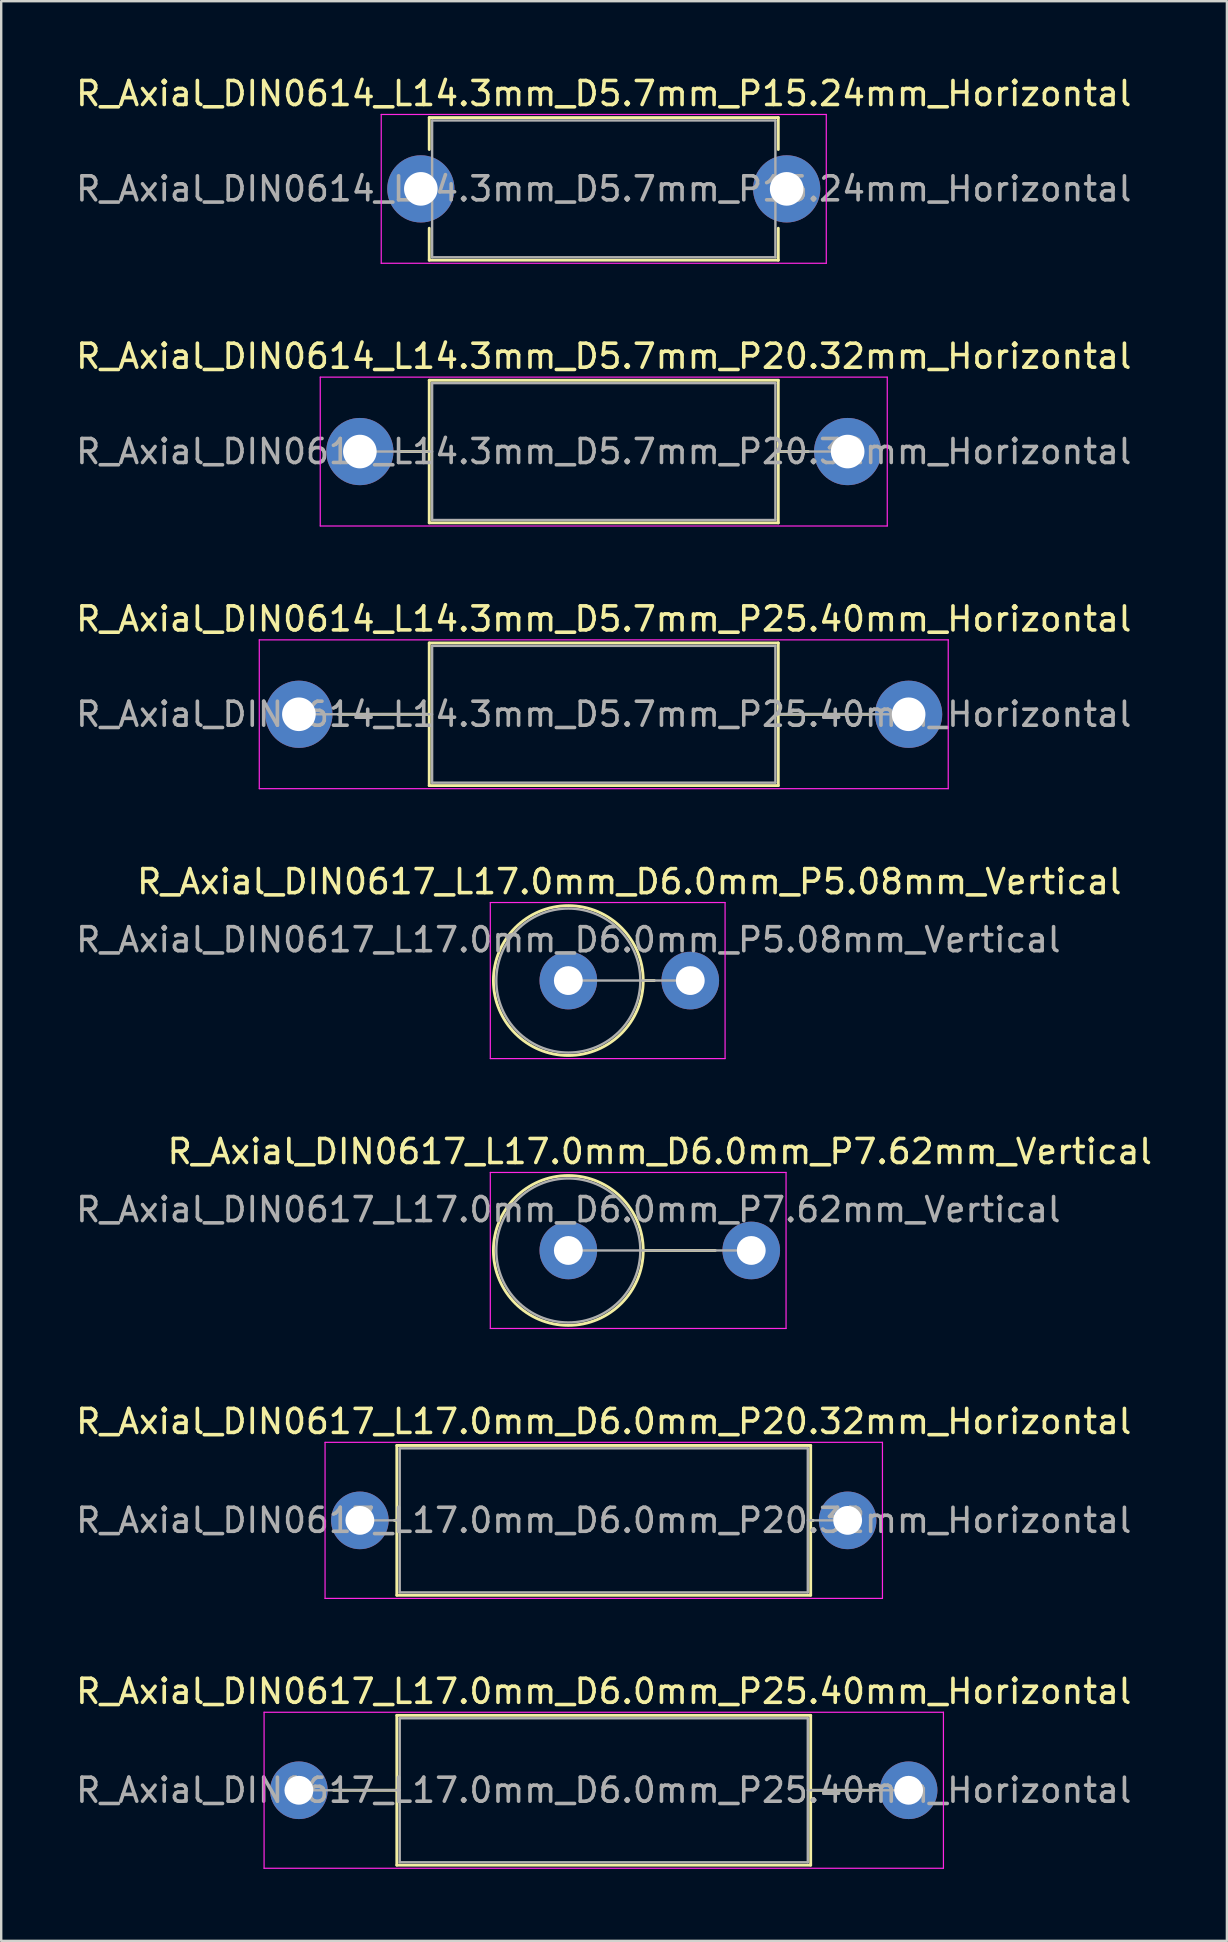
<source format=kicad_pcb>
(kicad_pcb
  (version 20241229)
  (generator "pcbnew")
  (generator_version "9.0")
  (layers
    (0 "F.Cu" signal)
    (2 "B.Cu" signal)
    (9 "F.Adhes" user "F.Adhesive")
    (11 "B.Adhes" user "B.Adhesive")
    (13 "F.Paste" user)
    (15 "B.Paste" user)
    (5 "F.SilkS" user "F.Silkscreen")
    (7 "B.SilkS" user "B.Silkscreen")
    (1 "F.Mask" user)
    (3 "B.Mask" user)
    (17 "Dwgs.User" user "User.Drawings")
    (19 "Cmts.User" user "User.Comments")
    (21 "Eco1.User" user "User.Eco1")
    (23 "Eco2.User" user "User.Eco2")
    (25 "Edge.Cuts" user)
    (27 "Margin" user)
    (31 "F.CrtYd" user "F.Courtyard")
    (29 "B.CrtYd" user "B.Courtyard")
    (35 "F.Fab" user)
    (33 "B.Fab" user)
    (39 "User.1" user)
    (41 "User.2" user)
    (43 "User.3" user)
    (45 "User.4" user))
  (footprint "R_Axial_DIN0614_L14.3mm_D5.7mm_P15.24mm_Horizontal"
    (layer "F.Cu")
    (at 14.481 4.818)
    (property "Reference" "R_Axial_DIN0614_L14.3mm_D5.7mm_P15.24mm_Horizontal" (at 7.62 -3.97 0) (layer "F.SilkS") (effects (font (size 1 1) (thickness 0.15))))
    (attr through_hole)
    (fp_line (start 0.35 -2.97) (end 14.89 -2.97) (stroke (width 0.12) (type solid)) (layer "F.SilkS"))
    (fp_line (start 0.35 -1.64) (end 0.35 -2.97) (stroke (width 0.12) (type solid)) (layer "F.SilkS"))
    (fp_line (start 0.35 1.64) (end 0.35 2.97) (stroke (width 0.12) (type solid)) (layer "F.SilkS"))
    (fp_line (start 0.35 2.97) (end 14.89 2.97) (stroke (width 0.12) (type solid)) (layer "F.SilkS"))
    (fp_line (start 14.89 -2.97) (end 14.89 -1.64) (stroke (width 0.12) (type solid)) (layer "F.SilkS"))
    (fp_line (start 14.89 2.97) (end 14.89 1.64) (stroke (width 0.12) (type solid)) (layer "F.SilkS"))
    (fp_line (start -1.65 -3.1) (end -1.65 3.1) (stroke (width 0.05) (type solid)) (layer "F.CrtYd"))
    (fp_line (start -1.65 3.1) (end 16.89 3.1) (stroke (width 0.05) (type solid)) (layer "F.CrtYd"))
    (fp_line (start 16.89 -3.1) (end -1.65 -3.1) (stroke (width 0.05) (type solid)) (layer "F.CrtYd"))
    (fp_line (start 16.89 3.1) (end 16.89 -3.1) (stroke (width 0.05) (type solid)) (layer "F.CrtYd"))
    (fp_line (start 0 0) (end 0.47 0) (stroke (width 0.1) (type solid)) (layer "F.Fab"))
    (fp_line (start 0.47 -2.85) (end 0.47 2.85) (stroke (width 0.1) (type solid)) (layer "F.Fab"))
    (fp_line (start 0.47 2.85) (end 14.77 2.85) (stroke (width 0.1) (type solid)) (layer "F.Fab"))
    (fp_line (start 14.77 -2.85) (end 0.47 -2.85) (stroke (width 0.1) (type solid)) (layer "F.Fab"))
    (fp_line (start 14.77 2.85) (end 14.77 -2.85) (stroke (width 0.1) (type solid)) (layer "F.Fab"))
    (fp_line (start 15.24 0) (end 14.77 0) (stroke (width 0.1) (type solid)) (layer "F.Fab"))
    (fp_text user "${REFERENCE}" (at 7.62 0 0) (layer "F.Fab") (effects (font (size 1 1) (thickness 0.15))))
    (pad "1" thru_hole circle (at 0 0) (size 2.8 2.8) (drill 1.4) (layers "*.Cu" "*.Mask"))
    (pad "2" thru_hole oval (at 15.24 0) (size 2.8 2.8) (drill 1.4) (layers "*.Cu" "*.Mask")))
  (footprint "R_Axial_DIN0614_L14.3mm_D5.7mm_P20.32mm_Horizontal"
    (layer "F.Cu")
    (at 11.941 15.761)
    (property "Reference" "R_Axial_DIN0614_L14.3mm_D5.7mm_P20.32mm_Horizontal" (at 10.16 -3.97 0) (layer "F.SilkS") (effects (font (size 1 1) (thickness 0.15))))
    (attr through_hole)
    (fp_line (start 1.64 0) (end 2.89 0) (stroke (width 0.12) (type solid)) (layer "F.SilkS"))
    (fp_line (start 2.89 -2.97) (end 2.89 2.97) (stroke (width 0.12) (type solid)) (layer "F.SilkS"))
    (fp_line (start 2.89 2.97) (end 17.43 2.97) (stroke (width 0.12) (type solid)) (layer "F.SilkS"))
    (fp_line (start 17.43 -2.97) (end 2.89 -2.97) (stroke (width 0.12) (type solid)) (layer "F.SilkS"))
    (fp_line (start 17.43 2.97) (end 17.43 -2.97) (stroke (width 0.12) (type solid)) (layer "F.SilkS"))
    (fp_line (start 18.68 0) (end 17.43 0) (stroke (width 0.12) (type solid)) (layer "F.SilkS"))
    (fp_line (start -1.65 -3.1) (end -1.65 3.1) (stroke (width 0.05) (type solid)) (layer "F.CrtYd"))
    (fp_line (start -1.65 3.1) (end 21.97 3.1) (stroke (width 0.05) (type solid)) (layer "F.CrtYd"))
    (fp_line (start 21.97 -3.1) (end -1.65 -3.1) (stroke (width 0.05) (type solid)) (layer "F.CrtYd"))
    (fp_line (start 21.97 3.1) (end 21.97 -3.1) (stroke (width 0.05) (type solid)) (layer "F.CrtYd"))
    (fp_line (start 0 0) (end 3.01 0) (stroke (width 0.1) (type solid)) (layer "F.Fab"))
    (fp_line (start 3.01 -2.85) (end 3.01 2.85) (stroke (width 0.1) (type solid)) (layer "F.Fab"))
    (fp_line (start 3.01 2.85) (end 17.31 2.85) (stroke (width 0.1) (type solid)) (layer "F.Fab"))
    (fp_line (start 17.31 -2.85) (end 3.01 -2.85) (stroke (width 0.1) (type solid)) (layer "F.Fab"))
    (fp_line (start 17.31 2.85) (end 17.31 -2.85) (stroke (width 0.1) (type solid)) (layer "F.Fab"))
    (fp_line (start 20.32 0) (end 17.31 0) (stroke (width 0.1) (type solid)) (layer "F.Fab"))
    (fp_text user "${REFERENCE}" (at 10.16 0 0) (layer "F.Fab") (effects (font (size 1 1) (thickness 0.15))))
    (pad "1" thru_hole circle (at 0 0) (size 2.8 2.8) (drill 1.4) (layers "*.Cu" "*.Mask"))
    (pad "2" thru_hole oval (at 20.32 0) (size 2.8 2.8) (drill 1.4) (layers "*.Cu" "*.Mask")))
  (footprint "R_Axial_DIN0617_L17.0mm_D6.0mm_P20.32mm_Horizontal"
    (layer "F.Cu")
    (at 11.941 60.285)
    (property "Reference" "R_Axial_DIN0617_L17.0mm_D6.0mm_P20.32mm_Horizontal" (at 10.16 -4.12 0) (layer "F.SilkS") (effects (font (size 1 1) (thickness 0.15))))
    (attr through_hole)
    (fp_line (start 1.44 0) (end 1.54 0) (stroke (width 0.12) (type solid)) (layer "F.SilkS"))
    (fp_line (start 1.54 -3.12) (end 1.54 3.12) (stroke (width 0.12) (type solid)) (layer "F.SilkS"))
    (fp_line (start 1.54 3.12) (end 18.78 3.12) (stroke (width 0.12) (type solid)) (layer "F.SilkS"))
    (fp_line (start 18.78 -3.12) (end 1.54 -3.12) (stroke (width 0.12) (type solid)) (layer "F.SilkS"))
    (fp_line (start 18.78 3.12) (end 18.78 -3.12) (stroke (width 0.12) (type solid)) (layer "F.SilkS"))
    (fp_line (start 18.88 0) (end 18.78 0) (stroke (width 0.12) (type solid)) (layer "F.SilkS"))
    (fp_line (start -1.45 -3.25) (end -1.45 3.25) (stroke (width 0.05) (type solid)) (layer "F.CrtYd"))
    (fp_line (start -1.45 3.25) (end 21.77 3.25) (stroke (width 0.05) (type solid)) (layer "F.CrtYd"))
    (fp_line (start 21.77 -3.25) (end -1.45 -3.25) (stroke (width 0.05) (type solid)) (layer "F.CrtYd"))
    (fp_line (start 21.77 3.25) (end 21.77 -3.25) (stroke (width 0.05) (type solid)) (layer "F.CrtYd"))
    (fp_line (start 0 0) (end 1.66 0) (stroke (width 0.1) (type solid)) (layer "F.Fab"))
    (fp_line (start 1.66 -3) (end 1.66 3) (stroke (width 0.1) (type solid)) (layer "F.Fab"))
    (fp_line (start 1.66 3) (end 18.66 3) (stroke (width 0.1) (type solid)) (layer "F.Fab"))
    (fp_line (start 18.66 -3) (end 1.66 -3) (stroke (width 0.1) (type solid)) (layer "F.Fab"))
    (fp_line (start 18.66 3) (end 18.66 -3) (stroke (width 0.1) (type solid)) (layer "F.Fab"))
    (fp_line (start 20.32 0) (end 18.66 0) (stroke (width 0.1) (type solid)) (layer "F.Fab"))
    (fp_text user "${REFERENCE}" (at 10.16 0 0) (layer "F.Fab") (effects (font (size 1 1) (thickness 0.15))))
    (pad "1" thru_hole circle (at 0 0) (size 2.4 2.4) (drill 1.2) (layers "*.Cu" "*.Mask"))
    (pad "2" thru_hole oval (at 20.32 0) (size 2.4 2.4) (drill 1.2) (layers "*.Cu" "*.Mask")))
  (footprint "R_Axial_DIN0617_L17.0mm_D6.0mm_P25.40mm_Horizontal"
    (layer "F.Cu")
    (at 9.401 71.528)
    (property "Reference" "R_Axial_DIN0617_L17.0mm_D6.0mm_P25.40mm_Horizontal" (at 12.7 -4.12 0) (layer "F.SilkS") (effects (font (size 1 1) (thickness 0.15))))
    (attr through_hole)
    (fp_line (start 1.44 0) (end 4.08 0) (stroke (width 0.12) (type solid)) (layer "F.SilkS"))
    (fp_line (start 4.08 -3.12) (end 4.08 3.12) (stroke (width 0.12) (type solid)) (layer "F.SilkS"))
    (fp_line (start 4.08 3.12) (end 21.32 3.12) (stroke (width 0.12) (type solid)) (layer "F.SilkS"))
    (fp_line (start 21.32 -3.12) (end 4.08 -3.12) (stroke (width 0.12) (type solid)) (layer "F.SilkS"))
    (fp_line (start 21.32 3.12) (end 21.32 -3.12) (stroke (width 0.12) (type solid)) (layer "F.SilkS"))
    (fp_line (start 23.96 0) (end 21.32 0) (stroke (width 0.12) (type solid)) (layer "F.SilkS"))
    (fp_line (start -1.45 -3.25) (end -1.45 3.25) (stroke (width 0.05) (type solid)) (layer "F.CrtYd"))
    (fp_line (start -1.45 3.25) (end 26.85 3.25) (stroke (width 0.05) (type solid)) (layer "F.CrtYd"))
    (fp_line (start 26.85 -3.25) (end -1.45 -3.25) (stroke (width 0.05) (type solid)) (layer "F.CrtYd"))
    (fp_line (start 26.85 3.25) (end 26.85 -3.25) (stroke (width 0.05) (type solid)) (layer "F.CrtYd"))
    (fp_line (start 0 0) (end 4.2 0) (stroke (width 0.1) (type solid)) (layer "F.Fab"))
    (fp_line (start 4.2 -3) (end 4.2 3) (stroke (width 0.1) (type solid)) (layer "F.Fab"))
    (fp_line (start 4.2 3) (end 21.2 3) (stroke (width 0.1) (type solid)) (layer "F.Fab"))
    (fp_line (start 21.2 -3) (end 4.2 -3) (stroke (width 0.1) (type solid)) (layer "F.Fab"))
    (fp_line (start 21.2 3) (end 21.2 -3) (stroke (width 0.1) (type solid)) (layer "F.Fab"))
    (fp_line (start 25.4 0) (end 21.2 0) (stroke (width 0.1) (type solid)) (layer "F.Fab"))
    (fp_text user "${REFERENCE}" (at 12.7 0 0) (layer "F.Fab") (effects (font (size 1 1) (thickness 0.15))))
    (pad "1" thru_hole circle (at 0 0) (size 2.4 2.4) (drill 1.2) (layers "*.Cu" "*.Mask"))
    (pad "2" thru_hole oval (at 25.4 0) (size 2.4 2.4) (drill 1.2) (layers "*.Cu" "*.Mask")))
  (footprint "R_Axial_DIN0617_L17.0mm_D6.0mm_P7.62mm_Vertical"
    (layer "F.Cu")
    (at 20.625 49.041)
    (property "Reference" "R_Axial_DIN0617_L17.0mm_D6.0mm_P7.62mm_Vertical" (at 3.81 -4.12 0) (layer "F.SilkS") (effects (font (size 1 1) (thickness 0.15))))
    (attr through_hole)
    (fp_line (start 3.12 0) (end 6.12 0) (stroke (width 0.12) (type solid)) (layer "F.SilkS"))
    (fp_circle (center 0 0) (end 3.12 0) (stroke (width 0.12) (type solid)) (fill no) (layer "F.SilkS"))
    (fp_line (start -3.25 -3.25) (end -3.25 3.25) (stroke (width 0.05) (type solid)) (layer "F.CrtYd"))
    (fp_line (start -3.25 3.25) (end 9.07 3.25) (stroke (width 0.05) (type solid)) (layer "F.CrtYd"))
    (fp_line (start 9.07 -3.25) (end -3.25 -3.25) (stroke (width 0.05) (type solid)) (layer "F.CrtYd"))
    (fp_line (start 9.07 3.25) (end 9.07 -3.25) (stroke (width 0.05) (type solid)) (layer "F.CrtYd"))
    (fp_line (start 0 0) (end 7.62 0) (stroke (width 0.1) (type solid)) (layer "F.Fab"))
    (fp_circle (center 0 0) (end 3 0) (stroke (width 0.1) (type solid)) (fill no) (layer "F.Fab"))
    (fp_text user "${REFERENCE}" (at 0 -1.7 0) (layer "F.Fab") (effects (font (size 1 1) (thickness 0.15))))
    (pad "1" thru_hole circle (at 0 0) (size 2.4 2.4) (drill 1.2) (layers "*.Cu" "*.Mask"))
    (pad "2" thru_hole oval (at 7.62 0) (size 2.4 2.4) (drill 1.2) (layers "*.Cu" "*.Mask")))
  (footprint "R_Axial_DIN0617_L17.0mm_D6.0mm_P5.08mm_Vertical"
    (layer "F.Cu")
    (at 20.625 37.798)
    (property "Reference" "R_Axial_DIN0617_L17.0mm_D6.0mm_P5.08mm_Vertical" (at 2.54 -4.12 0) (layer "F.SilkS") (effects (font (size 1 1) (thickness 0.15))))
    (attr through_hole)
    (fp_line (start 3.12 0) (end 3.58 0) (stroke (width 0.12) (type solid)) (layer "F.SilkS"))
    (fp_circle (center 0 0) (end 3.12 0) (stroke (width 0.12) (type solid)) (fill no) (layer "F.SilkS"))
    (fp_line (start -3.25 -3.25) (end -3.25 3.25) (stroke (width 0.05) (type solid)) (layer "F.CrtYd"))
    (fp_line (start -3.25 3.25) (end 6.53 3.25) (stroke (width 0.05) (type solid)) (layer "F.CrtYd"))
    (fp_line (start 6.53 -3.25) (end -3.25 -3.25) (stroke (width 0.05) (type solid)) (layer "F.CrtYd"))
    (fp_line (start 6.53 3.25) (end 6.53 -3.25) (stroke (width 0.05) (type solid)) (layer "F.CrtYd"))
    (fp_line (start 0 0) (end 5.08 0) (stroke (width 0.1) (type solid)) (layer "F.Fab"))
    (fp_circle (center 0 0) (end 3 0) (stroke (width 0.1) (type solid)) (fill no) (layer "F.Fab"))
    (fp_text user "${REFERENCE}" (at 0 -1.7 0) (layer "F.Fab") (effects (font (size 1 1) (thickness 0.15))))
    (pad "1" thru_hole circle (at 0 0) (size 2.4 2.4) (drill 1.2) (layers "*.Cu" "*.Mask"))
    (pad "2" thru_hole oval (at 5.08 0) (size 2.4 2.4) (drill 1.2) (layers "*.Cu" "*.Mask")))
  (footprint "R_Axial_DIN0614_L14.3mm_D5.7mm_P25.40mm_Horizontal"
    (layer "F.Cu")
    (at 9.401 26.705)
    (property "Reference" "R_Axial_DIN0614_L14.3mm_D5.7mm_P25.40mm_Horizontal" (at 12.7 -3.97 0) (layer "F.SilkS") (effects (font (size 1 1) (thickness 0.15))))
    (attr through_hole)
    (fp_line (start 1.64 0) (end 5.43 0) (stroke (width 0.12) (type solid)) (layer "F.SilkS"))
    (fp_line (start 5.43 -2.97) (end 5.43 2.97) (stroke (width 0.12) (type solid)) (layer "F.SilkS"))
    (fp_line (start 5.43 2.97) (end 19.97 2.97) (stroke (width 0.12) (type solid)) (layer "F.SilkS"))
    (fp_line (start 19.97 -2.97) (end 5.43 -2.97) (stroke (width 0.12) (type solid)) (layer "F.SilkS"))
    (fp_line (start 19.97 2.97) (end 19.97 -2.97) (stroke (width 0.12) (type solid)) (layer "F.SilkS"))
    (fp_line (start 23.76 0) (end 19.97 0) (stroke (width 0.12) (type solid)) (layer "F.SilkS"))
    (fp_line (start -1.65 -3.1) (end -1.65 3.1) (stroke (width 0.05) (type solid)) (layer "F.CrtYd"))
    (fp_line (start -1.65 3.1) (end 27.05 3.1) (stroke (width 0.05) (type solid)) (layer "F.CrtYd"))
    (fp_line (start 27.05 -3.1) (end -1.65 -3.1) (stroke (width 0.05) (type solid)) (layer "F.CrtYd"))
    (fp_line (start 27.05 3.1) (end 27.05 -3.1) (stroke (width 0.05) (type solid)) (layer "F.CrtYd"))
    (fp_line (start 0 0) (end 5.55 0) (stroke (width 0.1) (type solid)) (layer "F.Fab"))
    (fp_line (start 5.55 -2.85) (end 5.55 2.85) (stroke (width 0.1) (type solid)) (layer "F.Fab"))
    (fp_line (start 5.55 2.85) (end 19.85 2.85) (stroke (width 0.1) (type solid)) (layer "F.Fab"))
    (fp_line (start 19.85 -2.85) (end 5.55 -2.85) (stroke (width 0.1) (type solid)) (layer "F.Fab"))
    (fp_line (start 19.85 2.85) (end 19.85 -2.85) (stroke (width 0.1) (type solid)) (layer "F.Fab"))
    (fp_line (start 25.4 0) (end 19.85 0) (stroke (width 0.1) (type solid)) (layer "F.Fab"))
    (fp_text user "${REFERENCE}" (at 12.7 0 0) (layer "F.Fab") (effects (font (size 1 1) (thickness 0.15))))
    (pad "1" thru_hole circle (at 0 0) (size 2.8 2.8) (drill 1.4) (layers "*.Cu" "*.Mask"))
    (pad "2" thru_hole oval (at 25.4 0) (size 2.8 2.8) (drill 1.4) (layers "*.Cu" "*.Mask")))
  (gr_rect
    (start -3 -3)
    (end 48.06 77.803)
    (stroke (width 0.1) (type default))
    (fill no)
    (layer "Edge.Cuts")))
</source>
